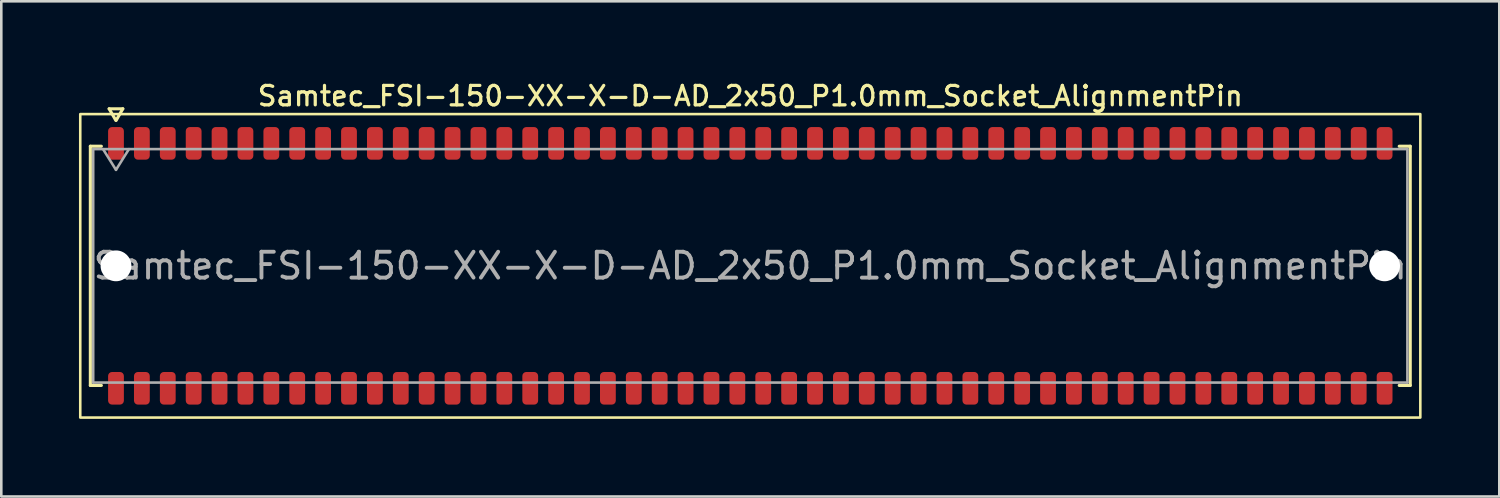
<source format=kicad_pcb>
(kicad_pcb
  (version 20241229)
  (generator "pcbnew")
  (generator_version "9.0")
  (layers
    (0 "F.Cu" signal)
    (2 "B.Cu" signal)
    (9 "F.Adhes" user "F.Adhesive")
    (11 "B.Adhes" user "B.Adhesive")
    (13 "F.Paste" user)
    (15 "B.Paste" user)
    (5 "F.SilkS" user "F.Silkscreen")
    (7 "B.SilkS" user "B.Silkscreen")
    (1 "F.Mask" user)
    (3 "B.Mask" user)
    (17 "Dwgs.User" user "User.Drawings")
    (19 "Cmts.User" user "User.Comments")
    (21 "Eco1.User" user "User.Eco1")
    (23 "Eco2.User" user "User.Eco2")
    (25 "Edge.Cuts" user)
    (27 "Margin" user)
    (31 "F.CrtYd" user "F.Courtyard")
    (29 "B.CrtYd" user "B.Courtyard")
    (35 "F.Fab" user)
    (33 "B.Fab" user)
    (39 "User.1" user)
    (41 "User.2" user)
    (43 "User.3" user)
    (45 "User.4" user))
  (footprint "Samtec_FSI-150-XX-X-D-AD_2x50_P1.0mm_Socket_AlignmentPin"
    (layer "F.Cu")
    (at 25.93 7.218)
    (property "Reference" "Samtec_FSI-150-XX-X-D-AD_2x50_P1.0mm_Socket_AlignmentPin" (at 0 -6.56 0) (layer "F.SilkS") (effects (font (size 0.75 0.75) (thickness 0.125))))
    (attr smd)
    (fp_line (start -25.49 -4.619) (end -25.065 -4.619) (stroke (width 0.12) (type solid)) (layer "F.SilkS"))
    (fp_line (start -25.49 4.619) (end -25.49 -4.619) (stroke (width 0.12) (type solid)) (layer "F.SilkS"))
    (fp_line (start -25.065 4.619) (end -25.49 4.619) (stroke (width 0.12) (type solid)) (layer "F.SilkS"))
    (fp_line (start -24.764 -6.066) (end -24.507 -5.62) (stroke (width 0.12) (type solid)) (layer "F.SilkS"))
    (fp_line (start -24.493 -5.62) (end -24.236 -6.066) (stroke (width 0.12) (type solid)) (layer "F.SilkS"))
    (fp_line (start -24.236 -6.066) (end -24.764 -6.066) (stroke (width 0.12) (type solid)) (layer "F.SilkS"))
    (fp_line (start 25.065 -4.619) (end 25.49 -4.619) (stroke (width 0.12) (type solid)) (layer "F.SilkS"))
    (fp_line (start 25.49 -4.619) (end 25.49 4.619) (stroke (width 0.12) (type solid)) (layer "F.SilkS"))
    (fp_line (start 25.49 4.619) (end 25.065 4.619) (stroke (width 0.12) (type solid)) (layer "F.SilkS"))
    (fp_rect (start -25.88 -5.86) (end 25.88 5.86) (stroke (width 0.1) (type solid)) (fill no) (layer "F.SilkS"))
    (fp_line (start -25.38 -4.508) (end 25.38 -4.508) (stroke (width 0.1) (type solid)) (layer "F.Fab"))
    (fp_line (start -25.38 4.508) (end -25.38 -4.508) (stroke (width 0.1) (type solid)) (layer "F.Fab"))
    (fp_line (start -25 -4.508) (end -24.5 -3.708) (stroke (width 0.1) (type solid)) (layer "F.Fab"))
    (fp_line (start -24.5 -3.708) (end -24 -4.508) (stroke (width 0.1) (type solid)) (layer "F.Fab"))
    (fp_line (start 25.38 -4.508) (end 25.38 4.508) (stroke (width 0.1) (type solid)) (layer "F.Fab"))
    (fp_line (start 25.38 4.508) (end -25.38 4.508) (stroke (width 0.1) (type solid)) (layer "F.Fab"))
    (fp_text user "${REFERENCE}" (at 0 0 0) (layer "F.Fab") (effects (font (size 1 1) (thickness 0.15))))
    (pad "" np_thru_hole circle (at -24.5 0) (size 1.19 1.19) (drill 1.19) (layers "*.Cu" "*.Mask"))
    (pad "" np_thru_hole circle (at 24.5 0) (size 1.19 1.19) (drill 1.19) (layers "*.Cu" "*.Mask"))
    (pad "1" smd roundrect (at -24.5 -4.73) (size 0.61 1.26) (layers "F.Cu" "F.Mask" "F.Paste") (roundrect_rratio 0.25))
    (pad "2" smd roundrect (at -24.5 4.73) (size 0.61 1.26) (layers "F.Cu" "F.Mask" "F.Paste") (roundrect_rratio 0.25))
    (pad "3" smd roundrect (at -23.5 -4.73) (size 0.61 1.26) (layers "F.Cu" "F.Mask" "F.Paste") (roundrect_rratio 0.25))
    (pad "4" smd roundrect (at -23.5 4.73) (size 0.61 1.26) (layers "F.Cu" "F.Mask" "F.Paste") (roundrect_rratio 0.25))
    (pad "5" smd roundrect (at -22.5 -4.73) (size 0.61 1.26) (layers "F.Cu" "F.Mask" "F.Paste") (roundrect_rratio 0.25))
    (pad "6" smd roundrect (at -22.5 4.73) (size 0.61 1.26) (layers "F.Cu" "F.Mask" "F.Paste") (roundrect_rratio 0.25))
    (pad "7" smd roundrect (at -21.5 -4.73) (size 0.61 1.26) (layers "F.Cu" "F.Mask" "F.Paste") (roundrect_rratio 0.25))
    (pad "8" smd roundrect (at -21.5 4.73) (size 0.61 1.26) (layers "F.Cu" "F.Mask" "F.Paste") (roundrect_rratio 0.25))
    (pad "9" smd roundrect (at -20.5 -4.73) (size 0.61 1.26) (layers "F.Cu" "F.Mask" "F.Paste") (roundrect_rratio 0.25))
    (pad "10" smd roundrect (at -20.5 4.73) (size 0.61 1.26) (layers "F.Cu" "F.Mask" "F.Paste") (roundrect_rratio 0.25))
    (pad "11" smd roundrect (at -19.5 -4.73) (size 0.61 1.26) (layers "F.Cu" "F.Mask" "F.Paste") (roundrect_rratio 0.25))
    (pad "12" smd roundrect (at -19.5 4.73) (size 0.61 1.26) (layers "F.Cu" "F.Mask" "F.Paste") (roundrect_rratio 0.25))
    (pad "13" smd roundrect (at -18.5 -4.73) (size 0.61 1.26) (layers "F.Cu" "F.Mask" "F.Paste") (roundrect_rratio 0.25))
    (pad "14" smd roundrect (at -18.5 4.73) (size 0.61 1.26) (layers "F.Cu" "F.Mask" "F.Paste") (roundrect_rratio 0.25))
    (pad "15" smd roundrect (at -17.5 -4.73) (size 0.61 1.26) (layers "F.Cu" "F.Mask" "F.Paste") (roundrect_rratio 0.25))
    (pad "16" smd roundrect (at -17.5 4.73) (size 0.61 1.26) (layers "F.Cu" "F.Mask" "F.Paste") (roundrect_rratio 0.25))
    (pad "17" smd roundrect (at -16.5 -4.73) (size 0.61 1.26) (layers "F.Cu" "F.Mask" "F.Paste") (roundrect_rratio 0.25))
    (pad "18" smd roundrect (at -16.5 4.73) (size 0.61 1.26) (layers "F.Cu" "F.Mask" "F.Paste") (roundrect_rratio 0.25))
    (pad "19" smd roundrect (at -15.5 -4.73) (size 0.61 1.26) (layers "F.Cu" "F.Mask" "F.Paste") (roundrect_rratio 0.25))
    (pad "20" smd roundrect (at -15.5 4.73) (size 0.61 1.26) (layers "F.Cu" "F.Mask" "F.Paste") (roundrect_rratio 0.25))
    (pad "21" smd roundrect (at -14.5 -4.73) (size 0.61 1.26) (layers "F.Cu" "F.Mask" "F.Paste") (roundrect_rratio 0.25))
    (pad "22" smd roundrect (at -14.5 4.73) (size 0.61 1.26) (layers "F.Cu" "F.Mask" "F.Paste") (roundrect_rratio 0.25))
    (pad "23" smd roundrect (at -13.5 -4.73) (size 0.61 1.26) (layers "F.Cu" "F.Mask" "F.Paste") (roundrect_rratio 0.25))
    (pad "24" smd roundrect (at -13.5 4.73) (size 0.61 1.26) (layers "F.Cu" "F.Mask" "F.Paste") (roundrect_rratio 0.25))
    (pad "25" smd roundrect (at -12.5 -4.73) (size 0.61 1.26) (layers "F.Cu" "F.Mask" "F.Paste") (roundrect_rratio 0.25))
    (pad "26" smd roundrect (at -12.5 4.73) (size 0.61 1.26) (layers "F.Cu" "F.Mask" "F.Paste") (roundrect_rratio 0.25))
    (pad "27" smd roundrect (at -11.5 -4.73) (size 0.61 1.26) (layers "F.Cu" "F.Mask" "F.Paste") (roundrect_rratio 0.25))
    (pad "28" smd roundrect (at -11.5 4.73) (size 0.61 1.26) (layers "F.Cu" "F.Mask" "F.Paste") (roundrect_rratio 0.25))
    (pad "29" smd roundrect (at -10.5 -4.73) (size 0.61 1.26) (layers "F.Cu" "F.Mask" "F.Paste") (roundrect_rratio 0.25))
    (pad "30" smd roundrect (at -10.5 4.73) (size 0.61 1.26) (layers "F.Cu" "F.Mask" "F.Paste") (roundrect_rratio 0.25))
    (pad "31" smd roundrect (at -9.5 -4.73) (size 0.61 1.26) (layers "F.Cu" "F.Mask" "F.Paste") (roundrect_rratio 0.25))
    (pad "32" smd roundrect (at -9.5 4.73) (size 0.61 1.26) (layers "F.Cu" "F.Mask" "F.Paste") (roundrect_rratio 0.25))
    (pad "33" smd roundrect (at -8.5 -4.73) (size 0.61 1.26) (layers "F.Cu" "F.Mask" "F.Paste") (roundrect_rratio 0.25))
    (pad "34" smd roundrect (at -8.5 4.73) (size 0.61 1.26) (layers "F.Cu" "F.Mask" "F.Paste") (roundrect_rratio 0.25))
    (pad "35" smd roundrect (at -7.5 -4.73) (size 0.61 1.26) (layers "F.Cu" "F.Mask" "F.Paste") (roundrect_rratio 0.25))
    (pad "36" smd roundrect (at -7.5 4.73) (size 0.61 1.26) (layers "F.Cu" "F.Mask" "F.Paste") (roundrect_rratio 0.25))
    (pad "37" smd roundrect (at -6.5 -4.73) (size 0.61 1.26) (layers "F.Cu" "F.Mask" "F.Paste") (roundrect_rratio 0.25))
    (pad "38" smd roundrect (at -6.5 4.73) (size 0.61 1.26) (layers "F.Cu" "F.Mask" "F.Paste") (roundrect_rratio 0.25))
    (pad "39" smd roundrect (at -5.5 -4.73) (size 0.61 1.26) (layers "F.Cu" "F.Mask" "F.Paste") (roundrect_rratio 0.25))
    (pad "40" smd roundrect (at -5.5 4.73) (size 0.61 1.26) (layers "F.Cu" "F.Mask" "F.Paste") (roundrect_rratio 0.25))
    (pad "41" smd roundrect (at -4.5 -4.73) (size 0.61 1.26) (layers "F.Cu" "F.Mask" "F.Paste") (roundrect_rratio 0.25))
    (pad "42" smd roundrect (at -4.5 4.73) (size 0.61 1.26) (layers "F.Cu" "F.Mask" "F.Paste") (roundrect_rratio 0.25))
    (pad "43" smd roundrect (at -3.5 -4.73) (size 0.61 1.26) (layers "F.Cu" "F.Mask" "F.Paste") (roundrect_rratio 0.25))
    (pad "44" smd roundrect (at -3.5 4.73) (size 0.61 1.26) (layers "F.Cu" "F.Mask" "F.Paste") (roundrect_rratio 0.25))
    (pad "45" smd roundrect (at -2.5 -4.73) (size 0.61 1.26) (layers "F.Cu" "F.Mask" "F.Paste") (roundrect_rratio 0.25))
    (pad "46" smd roundrect (at -2.5 4.73) (size 0.61 1.26) (layers "F.Cu" "F.Mask" "F.Paste") (roundrect_rratio 0.25))
    (pad "47" smd roundrect (at -1.5 -4.73) (size 0.61 1.26) (layers "F.Cu" "F.Mask" "F.Paste") (roundrect_rratio 0.25))
    (pad "48" smd roundrect (at -1.5 4.73) (size 0.61 1.26) (layers "F.Cu" "F.Mask" "F.Paste") (roundrect_rratio 0.25))
    (pad "49" smd roundrect (at -0.5 -4.73) (size 0.61 1.26) (layers "F.Cu" "F.Mask" "F.Paste") (roundrect_rratio 0.25))
    (pad "50" smd roundrect (at -0.5 4.73) (size 0.61 1.26) (layers "F.Cu" "F.Mask" "F.Paste") (roundrect_rratio 0.25))
    (pad "51" smd roundrect (at 0.5 -4.73) (size 0.61 1.26) (layers "F.Cu" "F.Mask" "F.Paste") (roundrect_rratio 0.25))
    (pad "52" smd roundrect (at 0.5 4.73) (size 0.61 1.26) (layers "F.Cu" "F.Mask" "F.Paste") (roundrect_rratio 0.25))
    (pad "53" smd roundrect (at 1.5 -4.73) (size 0.61 1.26) (layers "F.Cu" "F.Mask" "F.Paste") (roundrect_rratio 0.25))
    (pad "54" smd roundrect (at 1.5 4.73) (size 0.61 1.26) (layers "F.Cu" "F.Mask" "F.Paste") (roundrect_rratio 0.25))
    (pad "55" smd roundrect (at 2.5 -4.73) (size 0.61 1.26) (layers "F.Cu" "F.Mask" "F.Paste") (roundrect_rratio 0.25))
    (pad "56" smd roundrect (at 2.5 4.73) (size 0.61 1.26) (layers "F.Cu" "F.Mask" "F.Paste") (roundrect_rratio 0.25))
    (pad "57" smd roundrect (at 3.5 -4.73) (size 0.61 1.26) (layers "F.Cu" "F.Mask" "F.Paste") (roundrect_rratio 0.25))
    (pad "58" smd roundrect (at 3.5 4.73) (size 0.61 1.26) (layers "F.Cu" "F.Mask" "F.Paste") (roundrect_rratio 0.25))
    (pad "59" smd roundrect (at 4.5 -4.73) (size 0.61 1.26) (layers "F.Cu" "F.Mask" "F.Paste") (roundrect_rratio 0.25))
    (pad "60" smd roundrect (at 4.5 4.73) (size 0.61 1.26) (layers "F.Cu" "F.Mask" "F.Paste") (roundrect_rratio 0.25))
    (pad "61" smd roundrect (at 5.5 -4.73) (size 0.61 1.26) (layers "F.Cu" "F.Mask" "F.Paste") (roundrect_rratio 0.25))
    (pad "62" smd roundrect (at 5.5 4.73) (size 0.61 1.26) (layers "F.Cu" "F.Mask" "F.Paste") (roundrect_rratio 0.25))
    (pad "63" smd roundrect (at 6.5 -4.73) (size 0.61 1.26) (layers "F.Cu" "F.Mask" "F.Paste") (roundrect_rratio 0.25))
    (pad "64" smd roundrect (at 6.5 4.73) (size 0.61 1.26) (layers "F.Cu" "F.Mask" "F.Paste") (roundrect_rratio 0.25))
    (pad "65" smd roundrect (at 7.5 -4.73) (size 0.61 1.26) (layers "F.Cu" "F.Mask" "F.Paste") (roundrect_rratio 0.25))
    (pad "66" smd roundrect (at 7.5 4.73) (size 0.61 1.26) (layers "F.Cu" "F.Mask" "F.Paste") (roundrect_rratio 0.25))
    (pad "67" smd roundrect (at 8.5 -4.73) (size 0.61 1.26) (layers "F.Cu" "F.Mask" "F.Paste") (roundrect_rratio 0.25))
    (pad "68" smd roundrect (at 8.5 4.73) (size 0.61 1.26) (layers "F.Cu" "F.Mask" "F.Paste") (roundrect_rratio 0.25))
    (pad "69" smd roundrect (at 9.5 -4.73) (size 0.61 1.26) (layers "F.Cu" "F.Mask" "F.Paste") (roundrect_rratio 0.25))
    (pad "70" smd roundrect (at 9.5 4.73) (size 0.61 1.26) (layers "F.Cu" "F.Mask" "F.Paste") (roundrect_rratio 0.25))
    (pad "71" smd roundrect (at 10.5 -4.73) (size 0.61 1.26) (layers "F.Cu" "F.Mask" "F.Paste") (roundrect_rratio 0.25))
    (pad "72" smd roundrect (at 10.5 4.73) (size 0.61 1.26) (layers "F.Cu" "F.Mask" "F.Paste") (roundrect_rratio 0.25))
    (pad "73" smd roundrect (at 11.5 -4.73) (size 0.61 1.26) (layers "F.Cu" "F.Mask" "F.Paste") (roundrect_rratio 0.25))
    (pad "74" smd roundrect (at 11.5 4.73) (size 0.61 1.26) (layers "F.Cu" "F.Mask" "F.Paste") (roundrect_rratio 0.25))
    (pad "75" smd roundrect (at 12.5 -4.73) (size 0.61 1.26) (layers "F.Cu" "F.Mask" "F.Paste") (roundrect_rratio 0.25))
    (pad "76" smd roundrect (at 12.5 4.73) (size 0.61 1.26) (layers "F.Cu" "F.Mask" "F.Paste") (roundrect_rratio 0.25))
    (pad "77" smd roundrect (at 13.5 -4.73) (size 0.61 1.26) (layers "F.Cu" "F.Mask" "F.Paste") (roundrect_rratio 0.25))
    (pad "78" smd roundrect (at 13.5 4.73) (size 0.61 1.26) (layers "F.Cu" "F.Mask" "F.Paste") (roundrect_rratio 0.25))
    (pad "79" smd roundrect (at 14.5 -4.73) (size 0.61 1.26) (layers "F.Cu" "F.Mask" "F.Paste") (roundrect_rratio 0.25))
    (pad "80" smd roundrect (at 14.5 4.73) (size 0.61 1.26) (layers "F.Cu" "F.Mask" "F.Paste") (roundrect_rratio 0.25))
    (pad "81" smd roundrect (at 15.5 -4.73) (size 0.61 1.26) (layers "F.Cu" "F.Mask" "F.Paste") (roundrect_rratio 0.25))
    (pad "82" smd roundrect (at 15.5 4.73) (size 0.61 1.26) (layers "F.Cu" "F.Mask" "F.Paste") (roundrect_rratio 0.25))
    (pad "83" smd roundrect (at 16.5 -4.73) (size 0.61 1.26) (layers "F.Cu" "F.Mask" "F.Paste") (roundrect_rratio 0.25))
    (pad "84" smd roundrect (at 16.5 4.73) (size 0.61 1.26) (layers "F.Cu" "F.Mask" "F.Paste") (roundrect_rratio 0.25))
    (pad "85" smd roundrect (at 17.5 -4.73) (size 0.61 1.26) (layers "F.Cu" "F.Mask" "F.Paste") (roundrect_rratio 0.25))
    (pad "86" smd roundrect (at 17.5 4.73) (size 0.61 1.26) (layers "F.Cu" "F.Mask" "F.Paste") (roundrect_rratio 0.25))
    (pad "87" smd roundrect (at 18.5 -4.73) (size 0.61 1.26) (layers "F.Cu" "F.Mask" "F.Paste") (roundrect_rratio 0.25))
    (pad "88" smd roundrect (at 18.5 4.73) (size 0.61 1.26) (layers "F.Cu" "F.Mask" "F.Paste") (roundrect_rratio 0.25))
    (pad "89" smd roundrect (at 19.5 -4.73) (size 0.61 1.26) (layers "F.Cu" "F.Mask" "F.Paste") (roundrect_rratio 0.25))
    (pad "90" smd roundrect (at 19.5 4.73) (size 0.61 1.26) (layers "F.Cu" "F.Mask" "F.Paste") (roundrect_rratio 0.25))
    (pad "91" smd roundrect (at 20.5 -4.73) (size 0.61 1.26) (layers "F.Cu" "F.Mask" "F.Paste") (roundrect_rratio 0.25))
    (pad "92" smd roundrect (at 20.5 4.73) (size 0.61 1.26) (layers "F.Cu" "F.Mask" "F.Paste") (roundrect_rratio 0.25))
    (pad "93" smd roundrect (at 21.5 -4.73) (size 0.61 1.26) (layers "F.Cu" "F.Mask" "F.Paste") (roundrect_rratio 0.25))
    (pad "94" smd roundrect (at 21.5 4.73) (size 0.61 1.26) (layers "F.Cu" "F.Mask" "F.Paste") (roundrect_rratio 0.25))
    (pad "95" smd roundrect (at 22.5 -4.73) (size 0.61 1.26) (layers "F.Cu" "F.Mask" "F.Paste") (roundrect_rratio 0.25))
    (pad "96" smd roundrect (at 22.5 4.73) (size 0.61 1.26) (layers "F.Cu" "F.Mask" "F.Paste") (roundrect_rratio 0.25))
    (pad "97" smd roundrect (at 23.5 -4.73) (size 0.61 1.26) (layers "F.Cu" "F.Mask" "F.Paste") (roundrect_rratio 0.25))
    (pad "98" smd roundrect (at 23.5 4.73) (size 0.61 1.26) (layers "F.Cu" "F.Mask" "F.Paste") (roundrect_rratio 0.25))
    (pad "99" smd roundrect (at 24.5 -4.73) (size 0.61 1.26) (layers "F.Cu" "F.Mask" "F.Paste") (roundrect_rratio 0.25))
    (pad "100" smd roundrect (at 24.5 4.73) (size 0.61 1.26) (layers "F.Cu" "F.Mask" "F.Paste") (roundrect_rratio 0.25)))
  (gr_rect
    (start -3 -3)
    (end 54.86 16.128)
    (stroke (width 0.1) (type default))
    (fill no)
    (layer "Edge.Cuts")))
</source>
